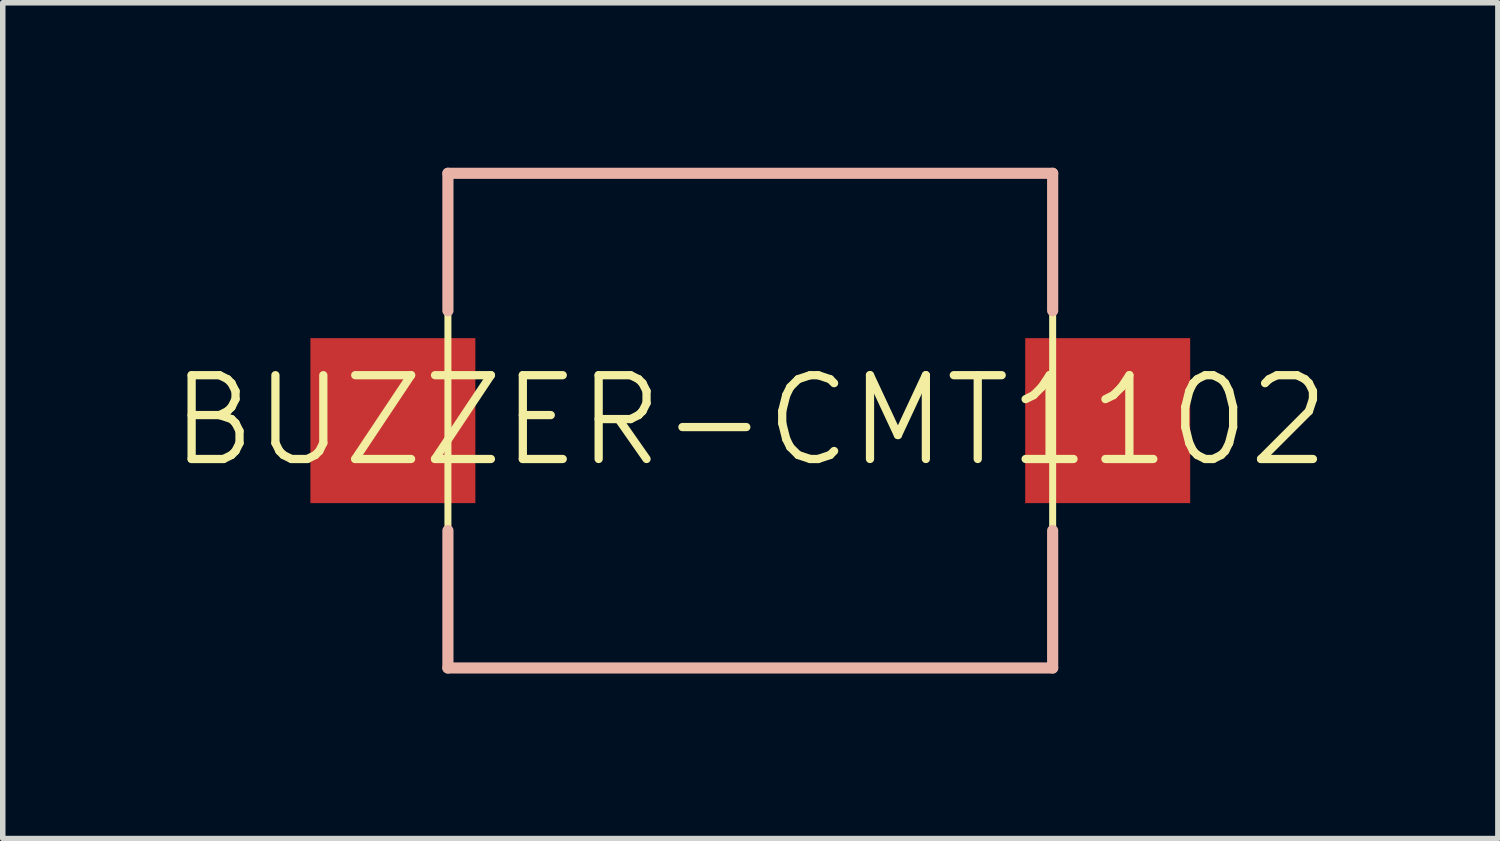
<source format=kicad_pcb>
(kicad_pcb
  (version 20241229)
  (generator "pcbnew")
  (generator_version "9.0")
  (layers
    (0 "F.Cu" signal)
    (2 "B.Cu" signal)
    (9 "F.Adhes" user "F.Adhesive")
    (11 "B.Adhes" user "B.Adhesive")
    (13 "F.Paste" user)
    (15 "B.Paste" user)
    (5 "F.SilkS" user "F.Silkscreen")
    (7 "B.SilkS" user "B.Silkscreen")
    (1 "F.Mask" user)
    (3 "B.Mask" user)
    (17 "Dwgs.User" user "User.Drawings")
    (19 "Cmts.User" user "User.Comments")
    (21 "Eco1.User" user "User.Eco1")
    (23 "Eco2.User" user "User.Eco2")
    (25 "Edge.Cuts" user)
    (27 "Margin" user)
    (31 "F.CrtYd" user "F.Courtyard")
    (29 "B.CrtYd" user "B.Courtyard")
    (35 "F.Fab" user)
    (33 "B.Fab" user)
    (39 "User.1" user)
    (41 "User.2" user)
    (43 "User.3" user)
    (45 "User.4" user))
  (footprint "BUZZER-CMT1102"
    (layer "F.Cu")
    (at 10.595 4.6)
    (property "Reference" "BUZZER-CMT1102" (at 0 0 0) (layer "F.SilkS") (effects (font (size 1.524 1.524) (thickness 0.15))))
    (attr smd)
    (fp_line (start -5.499 -4.498) (end 5.499 -4.498) (stroke (width 0.127) (type solid)) (layer "F.SilkS"))
    (fp_line (start -5.499 4.498) (end -5.499 -4.498) (stroke (width 0.127) (type solid)) (layer "F.SilkS"))
    (fp_line (start 5.499 -4.498) (end 5.499 4.498) (stroke (width 0.127) (type solid)) (layer "F.SilkS"))
    (fp_line (start 5.499 4.498) (end -5.499 4.498) (stroke (width 0.127) (type solid)) (layer "F.SilkS"))
    (fp_line (start -5.499 -4.498) (end -5.499 -1.999) (stroke (width 0.203) (type solid)) (layer "B.SilkS"))
    (fp_line (start -5.499 -4.498) (end 5.499 -4.498) (stroke (width 0.203) (type solid)) (layer "B.SilkS"))
    (fp_line (start -5.499 4.498) (end -5.499 1.999) (stroke (width 0.203) (type solid)) (layer "B.SilkS"))
    (fp_line (start 5.499 -4.498) (end 5.499 -1.999) (stroke (width 0.203) (type solid)) (layer "B.SilkS"))
    (fp_line (start 5.499 1.999) (end 5.499 4.498) (stroke (width 0.203) (type solid)) (layer "B.SilkS"))
    (fp_line (start 5.499 4.498) (end -5.499 4.498) (stroke (width 0.203) (type solid)) (layer "B.SilkS"))
    (pad "1" smd rect (at -6.5 0) (size 3 3) (layers "F.Cu" "F.Mask" "F.Paste"))
    (pad "2" smd rect (at 6.5 0) (size 3 3) (layers "F.Cu" "F.Mask" "F.Paste")))
  (gr_rect
    (start -3 -3)
    (end 24.191 12.2)
    (stroke (width 0.1) (type default))
    (fill no)
    (layer "Edge.Cuts")))
</source>
